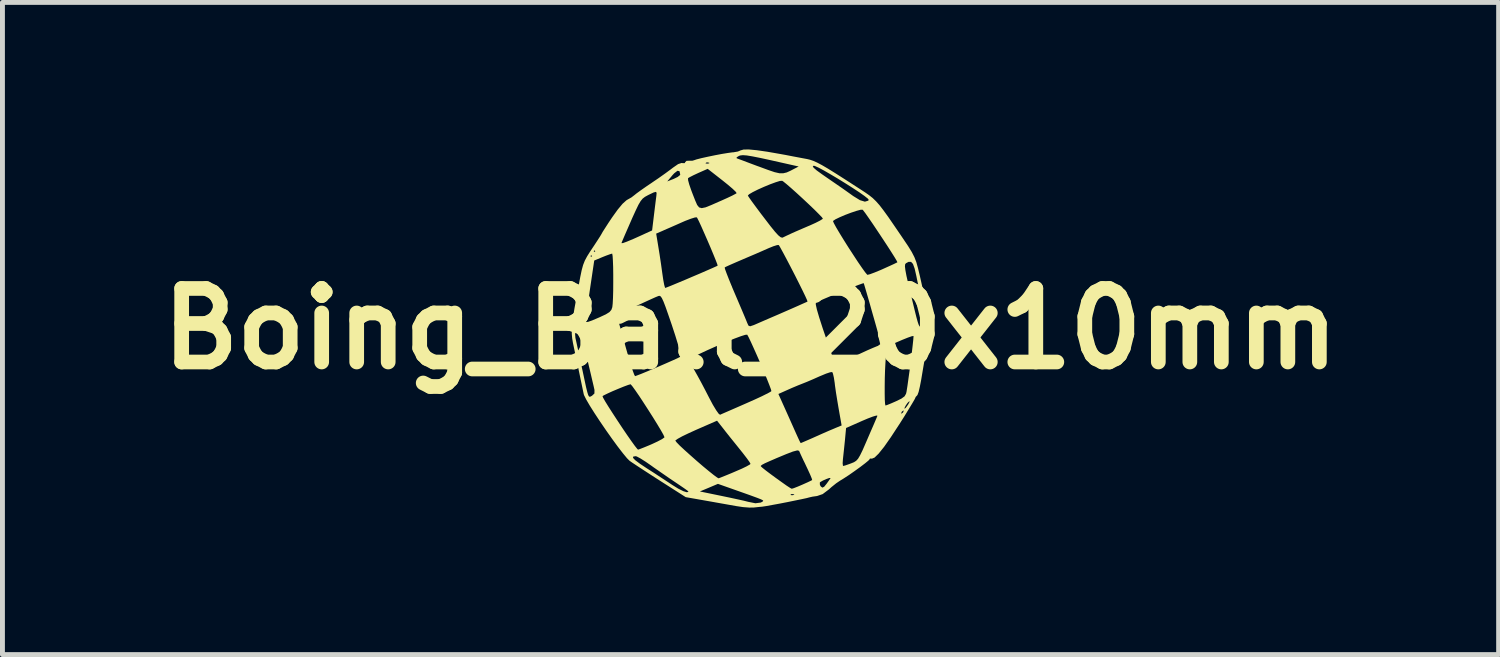
<source format=kicad_pcb>
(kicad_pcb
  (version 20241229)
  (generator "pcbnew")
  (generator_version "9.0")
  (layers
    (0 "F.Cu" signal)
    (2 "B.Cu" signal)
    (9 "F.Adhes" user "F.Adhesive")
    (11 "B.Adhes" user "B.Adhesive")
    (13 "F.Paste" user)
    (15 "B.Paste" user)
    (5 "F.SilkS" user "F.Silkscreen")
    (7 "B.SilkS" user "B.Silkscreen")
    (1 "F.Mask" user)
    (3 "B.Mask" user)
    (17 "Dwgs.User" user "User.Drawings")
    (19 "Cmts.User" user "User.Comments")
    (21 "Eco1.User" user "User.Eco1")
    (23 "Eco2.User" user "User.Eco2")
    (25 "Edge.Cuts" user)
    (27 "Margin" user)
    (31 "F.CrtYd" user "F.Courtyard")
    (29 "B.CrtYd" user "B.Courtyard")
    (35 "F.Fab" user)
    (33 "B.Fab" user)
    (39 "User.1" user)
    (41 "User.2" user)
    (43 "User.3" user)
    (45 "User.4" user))
  (footprint "Boing_Ball_20x10mm"
    (layer "F.Cu")
    (at 12.264 3.658)
    (property "Reference" "Boing_Ball_20x10mm" (at 0 0 0) (layer "F.SilkS") (effects (font (size 1.5 1.5) (thickness 0.3))))
    (attr board_only exclude_from_pos_files exclude_from_bom)
    (fp_poly (pts (xy 0.128 -3.643) (xy 0.343 -3.612) (xy 0.617 -3.564) (xy 0.717 -3.546) (xy 0.871 -3.516) (xy 1.025 -3.487) (xy 1.148 -3.464) (xy 1.154 -3.463) (xy 1.216 -3.448) (xy 1.283 -3.425) (xy 1.361 -3.39) (xy 1.459 -3.338) (xy 1.582 -3.266) (xy 1.738 -3.169) (xy 1.934 -3.044) (xy 2.177 -2.887) (xy 2.236 -2.849) (xy 2.337 -2.783) (xy 2.42 -2.725) (xy 2.493 -2.667) (xy 2.561 -2.601) (xy 2.633 -2.52) (xy 2.713 -2.416) (xy 2.81 -2.282) (xy 2.929 -2.109) (xy 3.078 -1.891) (xy 3.111 -1.842) (xy 3.216 -1.686) (xy 3.29 -1.566) (xy 3.343 -1.463) (xy 3.383 -1.36) (xy 3.417 -1.237) (xy 3.452 -1.092) (xy 3.487 -0.937) (xy 3.517 -0.8) (xy 3.538 -0.698) (xy 3.547 -0.65) (xy 3.563 -0.568) (xy 3.574 -0.533) (xy 3.589 -0.476) (xy 3.611 -0.376) (xy 3.632 -0.266) (xy 3.647 -0.161) (xy 3.653 -0.065) (xy 3.647 0.042) (xy 3.63 0.179) (xy 3.601 0.351) (xy 3.567 0.545) (xy 3.531 0.752) (xy 3.499 0.942) (xy 3.481 1.05) (xy 3.455 1.183) (xy 3.43 1.289) (xy 3.407 1.351) (xy 3.399 1.361) (xy 3.367 1.395) (xy 3.367 1.401) (xy 3.35 1.437) (xy 3.302 1.52) (xy 3.229 1.64) (xy 3.138 1.789) (xy 3.032 1.956) (xy 3.031 1.957) (xy 2.864 2.212) (xy 2.726 2.409) (xy 2.615 2.547) (xy 2.532 2.628) (xy 2.475 2.652) (xy 2.463 2.648) (xy 2.435 2.65) (xy 2.433 2.659) (xy 2.408 2.688) (xy 2.339 2.745) (xy 2.242 2.819) (xy 2.127 2.902) (xy 2.01 2.984) (xy 1.901 3.055) (xy 1.827 3.1) (xy 1.75 3.152) (xy 1.654 3.229) (xy 1.601 3.277) (xy 1.472 3.374) (xy 1.358 3.413) (xy 1.266 3.426) (xy 1.2 3.441) (xy 1.148 3.455) (xy 1.046 3.477) (xy 0.91 3.505) (xy 0.754 3.537) (xy 0.595 3.568) (xy 0.447 3.595) (xy 0.327 3.617) (xy 0.249 3.629) (xy 0.233 3.631) (xy 0.167 3.637) (xy 0.074 3.647) (xy 0.067 3.648) (xy -0.025 3.649) (xy -0.154 3.639) (xy -0.294 3.618) (xy -0.3 3.617) (xy -0.44 3.592) (xy -0.62 3.56) (xy -0.811 3.526) (xy -0.936 3.504) (xy -1.322 3.436) (xy -1.844 3.103) (xy -2.018 2.991) (xy -2.178 2.887) (xy -2.314 2.798) (xy -2.415 2.731) (xy -2.467 2.695) (xy -2.523 2.639) (xy -2.527 2.634) (xy -2.398 2.634) (xy -2.354 2.681) (xy -2.257 2.754) (xy -2.125 2.842) (xy -1.969 2.942) (xy -1.806 3.049) (xy -1.661 3.144) (xy -1.6 3.185) (xy -1.474 3.263) (xy -1.369 3.315) (xy -1.297 3.337) (xy -1.267 3.325) (xy -1.267 3.322) (xy -1.268 3.32) (xy -1.033 3.32) (xy -0.592 3.411) (xy -0.419 3.447) (xy -0.262 3.481) (xy -0.136 3.509) (xy -0.057 3.529) (xy -0.05 3.531) (xy 0.1 3.561) (xy 0.207 3.547) (xy 0.232 3.535) (xy 0.251 3.523) (xy 0.26 3.512) (xy 0.25 3.499) (xy 0.214 3.481) (xy 0.144 3.453) (xy 0.032 3.412) (xy -0.023 3.392) (xy 0.814 3.392) (xy 0.847 3.397) (xy 0.89 3.391) (xy 0.891 3.38) (xy 0.846 3.372) (xy 0.827 3.377) (xy 0.814 3.392) (xy -0.023 3.392) (xy -0.13 3.354) (xy -0.274 3.303) (xy -0.665 3.165) (xy -0.849 3.243) (xy -1.033 3.32) (xy -1.268 3.32) (xy -1.292 3.299) (xy -1.361 3.25) (xy -1.461 3.182) (xy -1.508 3.15) (xy -1.651 3.054) (xy -1.817 2.939) (xy -1.978 2.827) (xy -2.022 2.795) (xy -2.142 2.712) (xy -2.245 2.647) (xy -2.317 2.608) (xy -2.341 2.6) (xy -2.393 2.608) (xy -2.398 2.634) (xy -2.527 2.634) (xy -2.607 2.537) (xy -2.711 2.402) (xy -2.828 2.242) (xy -2.95 2.069) (xy -3.071 1.892) (xy -3.183 1.722) (xy -3.279 1.57) (xy -3.352 1.445) (xy -3.395 1.359) (xy -3.403 1.336) (xy -3.505 0.847) (xy -3.6 0.4) (xy -3.623 0.29) (xy -3.639 0.195) (xy -3.647 0.104) (xy -3.647 0.101) (xy -3.58 0.101) (xy -3.573 0.186) (xy -3.566 0.218) (xy -3.548 0.298) (xy -3.52 0.428) (xy -3.485 0.591) (xy -3.446 0.772) (xy -3.432 0.833) (xy -3.388 1.04) (xy -3.356 1.19) (xy -3.331 1.291) (xy -3.312 1.353) (xy -3.295 1.382) (xy -3.277 1.388) (xy -3.255 1.379) (xy -3.249 1.375) (xy -3.02 1.375) (xy -3.008 1.407) (xy -2.965 1.483) (xy -2.897 1.593) (xy -2.811 1.727) (xy -2.715 1.874) (xy -2.615 2.025) (xy -2.518 2.168) (xy -2.43 2.294) (xy -2.359 2.392) (xy -2.311 2.452) (xy -2.295 2.467) (xy -2.256 2.454) (xy -2.172 2.421) (xy -2.058 2.374) (xy -2.012 2.354) (xy -1.894 2.299) (xy -1.864 2.283) (xy -1.534 2.283) (xy -1.508 2.318) (xy -1.442 2.386) (xy -1.344 2.477) (xy -1.226 2.583) (xy -1.098 2.696) (xy -0.969 2.807) (xy -0.849 2.906) (xy -0.749 2.986) (xy -0.679 3.037) (xy -0.65 3.052) (xy -0.607 3.035) (xy -0.517 2.999) (xy -0.395 2.949) (xy -0.309 2.912) (xy -0.179 2.856) (xy -0.076 2.806) (xy -0.075 2.805) (xy 0.209 2.805) (xy 0.238 2.833) (xy 0.308 2.889) (xy 0.406 2.963) (xy 0.519 3.046) (xy 0.632 3.127) (xy 0.732 3.198) (xy 0.807 3.247) (xy 0.841 3.265) (xy 0.882 3.253) (xy 0.964 3.221) (xy 1.056 3.182) (xy 1.154 3.138) (xy 1.414 3.138) (xy 1.416 3.187) (xy 1.435 3.219) (xy 1.467 3.242) (xy 1.503 3.224) (xy 1.554 3.161) (xy 1.604 3.091) (xy 1.632 3.05) (xy 1.633 3.045) (xy 1.608 3.045) (xy 1.549 3.066) (xy 1.48 3.096) (xy 1.427 3.126) (xy 1.414 3.138) (xy 1.154 3.138) (xy 1.157 3.137) (xy 1.23 3.102) (xy 1.258 3.087) (xy 1.249 3.054) (xy 1.217 2.976) (xy 1.166 2.865) (xy 1.136 2.802) (xy 1.109 2.744) (xy 1.88 2.744) (xy 1.886 2.795) (xy 1.891 2.8) (xy 1.934 2.789) (xy 2.015 2.761) (xy 2.055 2.746) (xy 2.111 2.723) (xy 2.155 2.695) (xy 2.194 2.653) (xy 2.235 2.584) (xy 2.286 2.48) (xy 2.352 2.329) (xy 2.384 2.255) (xy 2.453 2.095) (xy 2.514 1.955) (xy 2.56 1.847) (xy 2.586 1.785) (xy 2.59 1.775) (xy 2.569 1.771) (xy 2.499 1.791) (xy 2.391 1.832) (xy 2.278 1.88) (xy 1.95 2.025) (xy 1.927 2.271) (xy 1.912 2.416) (xy 1.897 2.557) (xy 1.886 2.658) (xy 1.88 2.744) (xy 1.109 2.744) (xy 1.076 2.677) (xy 1.027 2.572) (xy 0.997 2.505) (xy 0.991 2.491) (xy 0.955 2.482) (xy 0.864 2.506) (xy 0.731 2.557) (xy 0.534 2.639) (xy 0.391 2.701) (xy 0.295 2.744) (xy 0.238 2.774) (xy 0.212 2.794) (xy 0.209 2.805) (xy -0.075 2.805) (xy -0.013 2.77) (xy -0.000336 2.757) (xy -0.02 2.72) (xy -0.073 2.646) (xy -0.149 2.547) (xy -0.192 2.493) (xy -0.301 2.357) (xy -0.418 2.212) (xy -0.518 2.086) (xy -0.533 2.066) (xy -0.683 1.876) (xy -1.111 2.063) (xy -1.265 2.133) (xy -1.394 2.195) (xy -1.486 2.246) (xy -1.531 2.278) (xy -1.534 2.283) (xy -1.864 2.283) (xy -1.805 2.252) (xy -1.759 2.219) (xy -1.756 2.212) (xy -1.777 2.164) (xy -1.827 2.075) (xy -1.899 1.955) (xy -1.986 1.814) (xy -2.082 1.663) (xy -2.179 1.513) (xy -2.27 1.374) (xy -2.35 1.258) (xy -2.41 1.175) (xy -2.444 1.135) (xy -2.448 1.133) (xy -2.495 1.146) (xy -2.584 1.179) (xy -2.697 1.225) (xy -2.816 1.275) (xy -2.921 1.323) (xy -2.996 1.36) (xy -3.02 1.375) (xy -3.249 1.375) (xy -3.234 1.367) (xy -3.185 1.321) (xy -3.184 1.246) (xy -3.186 1.24) (xy -3.2 1.176) (xy -3.227 1.061) (xy -3.262 0.911) (xy -3.303 0.739) (xy -3.316 0.683) (xy -3.358 0.508) (xy -3.396 0.349) (xy -3.426 0.221) (xy -3.445 0.139) (xy -3.448 0.125) (xy -3.473 0.052) (xy -3.512 0.038) (xy -3.557 0.06) (xy -3.58 0.101) (xy -3.647 0.101) (xy -3.647 0.007) (xy -3.638 -0.106) (xy -3.632 -0.152) (xy -3.367 -0.152) (xy -3.355 -0.136) (xy -3.314 -0.141) (xy -3.233 -0.169) (xy -3.104 -0.224) (xy -3.074 -0.237) (xy -3.038 -0.254) (xy -2.724 -0.254) (xy -2.711 -0.211) (xy -2.684 -0.115) (xy -2.645 0.024) (xy -2.597 0.194) (xy -2.547 0.375) (xy -2.494 0.562) (xy -2.445 0.725) (xy -2.404 0.853) (xy -2.373 0.937) (xy -2.356 0.967) (xy -2.318 0.954) (xy -2.229 0.92) (xy -2.103 0.868) (xy -1.951 0.805) (xy -1.89 0.778) (xy -1.731 0.709) (xy -1.593 0.648) (xy -1.586 0.645) (xy -1.24 0.645) (xy -1.24 0.651) (xy -1.218 0.707) (xy -1.172 0.797) (xy -1.133 0.867) (xy -1.079 0.963) (xy -1.005 1.099) (xy -0.922 1.257) (xy -0.848 1.401) (xy -0.769 1.55) (xy -0.7 1.664) (xy -0.649 1.735) (xy -0.621 1.755) (xy -0.579 1.736) (xy -0.487 1.696) (xy -0.356 1.639) (xy -0.198 1.57) (xy -0.084 1.52) (xy 0.085 1.445) (xy 0.23 1.378) (xy 0.324 1.331) (xy 0.569 1.331) (xy 0.738 1.707) (xy 0.809 1.866) (xy 0.875 2.014) (xy 0.929 2.135) (xy 0.962 2.208) (xy 0.998 2.286) (xy 1.021 2.329) (xy 1.025 2.333) (xy 1.057 2.32) (xy 1.136 2.286) (xy 1.249 2.237) (xy 1.325 2.203) (xy 1.468 2.139) (xy 1.603 2.08) (xy 1.708 2.036) (xy 1.738 2.023) (xy 1.859 1.973) (xy 1.816 1.731) (xy 3.075 1.731) (xy 3.079 1.733) (xy 3.11 1.71) (xy 3.117 1.7) (xy 3.125 1.669) (xy 3.121 1.667) (xy 3.09 1.69) (xy 3.083 1.7) (xy 3.075 1.731) (xy 1.816 1.731) (xy 1.801 1.645) (xy 1.796 1.617) (xy 3.142 1.617) (xy 3.145 1.633) (xy 3.171 1.609) (xy 3.214 1.549) (xy 3.216 1.546) (xy 3.245 1.493) (xy 3.241 1.479) (xy 3.237 1.481) (xy 3.201 1.517) (xy 3.165 1.57) (xy 3.142 1.617) (xy 1.796 1.617) (xy 1.772 1.475) (xy 1.748 1.327) (xy 2.738 1.327) (xy 2.74 1.451) (xy 2.746 1.535) (xy 2.754 1.567) (xy 2.754 1.567) (xy 2.793 1.554) (xy 2.874 1.521) (xy 2.97 1.479) (xy 3.08 1.425) (xy 3.143 1.379) (xy 3.173 1.327) (xy 3.183 1.287) (xy 3.203 1.159) (xy 3.225 1.002) (xy 3.249 0.829) (xy 3.272 0.652) (xy 3.292 0.484) (xy 3.309 0.337) (xy 3.321 0.225) (xy 3.326 0.159) (xy 3.325 0.147) (xy 3.29 0.153) (xy 3.21 0.181) (xy 3.098 0.226) (xy 3.047 0.248) (xy 2.783 0.362) (xy 2.762 0.573) (xy 2.753 0.697) (xy 2.745 0.847) (xy 2.74 1.011) (xy 2.738 1.176) (xy 2.738 1.327) (xy 1.748 1.327) (xy 1.744 1.302) (xy 1.723 1.155) (xy 1.718 1.108) (xy 1.701 0.997) (xy 1.682 0.915) (xy 1.667 0.883) (xy 1.625 0.888) (xy 1.541 0.916) (xy 1.431 0.962) (xy 1.411 0.97) (xy 1.281 1.028) (xy 1.157 1.081) (xy 1.067 1.117) (xy 1.067 1.117) (xy 0.971 1.155) (xy 0.847 1.207) (xy 0.759 1.246) (xy 0.569 1.331) (xy 0.324 1.331) (xy 0.342 1.323) (xy 0.41 1.285) (xy 0.426 1.272) (xy 0.416 1.234) (xy 0.384 1.148) (xy 0.335 1.024) (xy 0.273 0.875) (xy 0.205 0.713) (xy 0.134 0.55) (xy 0.066 0.398) (xy 0.007 0.268) (xy -0.039 0.172) (xy -0.066 0.123) (xy -0.068 0.121) (xy -0.106 0.124) (xy -0.196 0.152) (xy -0.328 0.201) (xy -0.493 0.268) (xy -0.673 0.345) (xy -0.888 0.441) (xy -1.048 0.516) (xy -1.155 0.573) (xy -1.218 0.615) (xy -1.24 0.645) (xy -1.586 0.645) (xy -1.489 0.601) (xy -1.431 0.571) (xy -1.423 0.566) (xy -1.425 0.529) (xy -1.446 0.439) (xy -1.484 0.306) (xy -1.535 0.139) (xy -1.597 -0.05) (xy -1.605 -0.075) (xy -1.678 -0.287) (xy -1.733 -0.444) (xy -1.775 -0.553) (xy -1.807 -0.622) (xy -1.832 -0.659) (xy -1.856 -0.672) (xy -1.88 -0.668) (xy -1.882 -0.667) (xy -1.943 -0.642) (xy -2.045 -0.596) (xy -2.17 -0.539) (xy -2.217 -0.517) (xy -2.356 -0.454) (xy -2.489 -0.394) (xy -2.591 -0.35) (xy -2.61 -0.342) (xy -2.686 -0.303) (xy -2.723 -0.264) (xy -2.724 -0.254) (xy -3.038 -0.254) (xy -2.952 -0.294) (xy -2.878 -0.34) (xy -2.839 -0.386) (xy -2.82 -0.441) (xy -2.812 -0.514) (xy -2.806 -0.629) (xy -2.802 -0.775) (xy -2.801 -0.938) (xy -2.801 -1.103) (xy -2.803 -1.259) (xy -2.808 -1.391) (xy -2.814 -1.486) (xy -2.822 -1.531) (xy -2.824 -1.533) (xy -2.866 -1.521) (xy -2.949 -1.491) (xy -3.019 -1.463) (xy -3.189 -1.392) (xy -3.244 -1.021) (xy -3.281 -0.772) (xy -3.312 -0.554) (xy -3.337 -0.376) (xy -3.356 -0.245) (xy -3.365 -0.168) (xy -3.367 -0.152) (xy -3.632 -0.152) (xy -3.62 -0.246) (xy -3.591 -0.422) (xy -3.55 -0.646) (xy -3.509 -0.867) (xy -3.474 -1.056) (xy -3.445 -1.195) (xy -3.416 -1.301) (xy -3.381 -1.39) (xy -3.334 -1.478) (xy -3.331 -1.483) (xy -3.267 -1.483) (xy -3.25 -1.467) (xy -3.233 -1.483) (xy -3.25 -1.5) (xy -3.267 -1.483) (xy -3.331 -1.483) (xy -3.27 -1.58) (xy -3.268 -1.583) (xy -3.2 -1.583) (xy -3.183 -1.567) (xy -3.167 -1.583) (xy -3.183 -1.6) (xy -3.2 -1.583) (xy -3.268 -1.583) (xy -3.195 -1.692) (xy -3.159 -1.747) (xy -2.633 -1.747) (xy -2.604 -1.748) (xy -2.521 -1.778) (xy -2.387 -1.834) (xy -2.229 -1.905) (xy -2.151 -1.941) (xy -1.925 -1.941) (xy -1.882 -1.679) (xy -1.855 -1.512) (xy -1.826 -1.319) (xy -1.801 -1.139) (xy -1.799 -1.125) (xy -1.78 -0.995) (xy -1.761 -0.895) (xy -1.745 -0.84) (xy -1.74 -0.833) (xy -1.704 -0.846) (xy -1.618 -0.88) (xy -1.491 -0.933) (xy -1.335 -0.998) (xy -1.202 -1.055) (xy -1.03 -1.128) (xy -0.881 -1.193) (xy -0.764 -1.244) (xy -0.749 -1.251) (xy -0.527 -1.251) (xy -0.52 -1.217) (xy -0.489 -1.132) (xy -0.44 -1.007) (xy -0.377 -0.852) (xy -0.323 -0.725) (xy -0.247 -0.547) (xy -0.178 -0.385) (xy -0.121 -0.25) (xy -0.082 -0.156) (xy -0.069 -0.123) (xy -0.042 -0.064) (xy -0.008 -0.05) (xy 0.058 -0.072) (xy 0.074 -0.078) (xy 0.143 -0.108) (xy 0.258 -0.158) (xy 0.408 -0.223) (xy 0.578 -0.296) (xy 0.667 -0.335) (xy 0.832 -0.407) (xy 0.975 -0.47) (xy 1.028 -0.494) (xy 1.332 -0.494) (xy 1.354 -0.393) (xy 1.401 -0.232) (xy 1.472 -0.012) (xy 1.567 0.266) (xy 1.684 0.602) (xy 1.716 0.691) (xy 1.729 0.707) (xy 1.756 0.709) (xy 1.808 0.696) (xy 1.892 0.664) (xy 2.017 0.609) (xy 2.191 0.529) (xy 2.254 0.5) (xy 2.384 0.44) (xy 2.499 0.39) (xy 2.579 0.357) (xy 2.597 0.351) (xy 2.652 0.312) (xy 2.654 0.272) (xy 2.595 0.06) (xy 2.535 -0.153) (xy 2.476 -0.359) (xy 2.423 -0.548) (xy 2.376 -0.709) (xy 2.34 -0.832) (xy 2.317 -0.909) (xy 2.31 -0.93) (xy 2.279 -0.922) (xy 2.199 -0.893) (xy 2.083 -0.848) (xy 1.943 -0.793) (xy 1.794 -0.732) (xy 1.646 -0.671) (xy 1.513 -0.615) (xy 1.408 -0.569) (xy 1.343 -0.539) (xy 1.333 -0.533) (xy 1.332 -0.494) (xy 1.028 -0.494) (xy 1.084 -0.519) (xy 1.15 -0.548) (xy 1.163 -0.555) (xy 1.153 -0.586) (xy 1.117 -0.666) (xy 1.061 -0.782) (xy 0.99 -0.925) (xy 0.91 -1.084) (xy 0.826 -1.247) (xy 0.744 -1.404) (xy 0.669 -1.545) (xy 0.607 -1.658) (xy 0.578 -1.707) (xy 0.543 -1.707) (xy 0.466 -1.683) (xy 0.374 -1.646) (xy 0.261 -1.596) (xy 0.11 -1.53) (xy -0.057 -1.459) (xy -0.164 -1.413) (xy -0.304 -1.353) (xy -0.42 -1.302) (xy -0.499 -1.266) (xy -0.527 -1.251) (xy -0.749 -1.251) (xy -0.691 -1.277) (xy -0.671 -1.287) (xy -0.679 -1.319) (xy -0.71 -1.399) (xy -0.757 -1.515) (xy -0.815 -1.654) (xy -0.879 -1.803) (xy -0.944 -1.951) (xy -1.003 -2.085) (xy -1.052 -2.191) (xy -1.086 -2.258) (xy -1.095 -2.273) (xy -1.133 -2.271) (xy -1.217 -2.245) (xy -1.33 -2.202) (xy -1.383 -2.179) (xy -1.525 -2.116) (xy -1.662 -2.056) (xy -1.77 -2.009) (xy -1.787 -2.001) (xy -1.925 -1.941) (xy -2.151 -1.941) (xy -2.008 -2.006) (xy -1.969 -2.328) (xy -1.951 -2.476) (xy -1.935 -2.605) (xy -1.923 -2.698) (xy -1.92 -2.725) (xy -1.916 -2.774) (xy -1.931 -2.793) (xy -1.977 -2.781) (xy -2.067 -2.738) (xy -2.095 -2.724) (xy -2.153 -2.692) (xy -2.2 -2.656) (xy -2.242 -2.605) (xy -2.287 -2.529) (xy -2.342 -2.415) (xy -2.415 -2.255) (xy -2.437 -2.204) (xy -2.506 -2.046) (xy -2.565 -1.911) (xy -2.608 -1.81) (xy -2.631 -1.754) (xy -2.633 -1.747) (xy -3.159 -1.747) (xy -3.123 -1.802) (xy -3.067 -1.889) (xy -3.037 -1.94) (xy -3.033 -1.947) (xy -3.016 -1.978) (xy -2.968 -2.053) (xy -2.899 -2.16) (xy -2.824 -2.272) (xy -2.71 -2.431) (xy -2.611 -2.55) (xy -2.533 -2.62) (xy -2.516 -2.631) (xy -2.431 -2.679) (xy -2.371 -2.725) (xy -2.325 -2.762) (xy -2.237 -2.826) (xy -2.121 -2.907) (xy -2.02 -2.975) (xy -1.975 -3.006) (xy -1.699 -3.006) (xy -1.566 -3.058) (xy -1.538 -3.072) (xy -1.275 -3.072) (xy -1.274 -3.032) (xy -1.251 -2.946) (xy -1.21 -2.827) (xy -1.177 -2.74) (xy -1.127 -2.613) (xy -1.089 -2.526) (xy -1.049 -2.476) (xy -0.996 -2.461) (xy -0.918 -2.477) (xy -0.803 -2.523) (xy -0.64 -2.595) (xy -0.607 -2.609) (xy -0.476 -2.668) (xy -0.372 -2.717) (xy -0.055 -2.717) (xy -0.054 -2.716) (xy -0.03 -2.679) (xy 0.027 -2.598) (xy 0.111 -2.484) (xy 0.213 -2.347) (xy 0.282 -2.257) (xy 0.407 -2.094) (xy 0.5 -1.979) (xy 0.567 -1.906) (xy 0.614 -1.868) (xy 0.647 -1.858) (xy 0.66 -1.862) (xy 0.728 -1.895) (xy 0.82 -1.938) (xy 0.833 -1.944) (xy 0.92 -1.983) (xy 1.045 -2.037) (xy 1.182 -2.096) (xy 1.209 -2.107) (xy 1.328 -2.161) (xy 1.397 -2.196) (xy 1.683 -2.196) (xy 1.701 -2.153) (xy 1.748 -2.067) (xy 1.818 -1.949) (xy 1.904 -1.809) (xy 1.999 -1.658) (xy 2.098 -1.506) (xy 2.191 -1.364) (xy 2.274 -1.243) (xy 2.339 -1.153) (xy 2.379 -1.105) (xy 2.387 -1.1) (xy 2.438 -1.113) (xy 2.532 -1.148) (xy 2.654 -1.198) (xy 2.71 -1.223) (xy 2.816 -1.271) (xy 3.151 -1.271) (xy 3.16 -1.196) (xy 3.182 -1.079) (xy 3.22 -0.913) (xy 3.248 -0.795) (xy 3.307 -0.552) (xy 3.352 -0.367) (xy 3.386 -0.231) (xy 3.412 -0.138) (xy 3.432 -0.08) (xy 3.449 -0.05) (xy 3.465 -0.04) (xy 3.483 -0.043) (xy 3.506 -0.051) (xy 3.51 -0.052) (xy 3.571 -0.073) (xy 3.593 -0.083) (xy 3.59 -0.117) (xy 3.574 -0.202) (xy 3.548 -0.324) (xy 3.523 -0.437) (xy 3.481 -0.623) (xy 3.436 -0.826) (xy 3.397 -1.01) (xy 3.384 -1.075) (xy 3.349 -1.228) (xy 3.315 -1.322) (xy 3.276 -1.365) (xy 3.225 -1.365) (xy 3.171 -1.336) (xy 3.155 -1.315) (xy 3.151 -1.271) (xy 2.816 -1.271) (xy 2.832 -1.278) (xy 2.93 -1.323) (xy 2.987 -1.351) (xy 2.997 -1.356) (xy 2.984 -1.385) (xy 2.94 -1.459) (xy 2.872 -1.567) (xy 2.787 -1.699) (xy 2.691 -1.845) (xy 2.592 -1.994) (xy 2.497 -2.136) (xy 2.411 -2.261) (xy 2.343 -2.358) (xy 2.298 -2.417) (xy 2.287 -2.429) (xy 2.246 -2.428) (xy 2.162 -2.405) (xy 2.051 -2.368) (xy 1.932 -2.323) (xy 1.82 -2.275) (xy 1.733 -2.233) (xy 1.687 -2.202) (xy 1.683 -2.196) (xy 1.397 -2.196) (xy 1.42 -2.208) (xy 1.471 -2.24) (xy 1.476 -2.247) (xy 1.455 -2.277) (xy 1.393 -2.341) (xy 1.302 -2.432) (xy 1.19 -2.539) (xy 1.067 -2.654) (xy 0.944 -2.767) (xy 0.83 -2.869) (xy 0.734 -2.952) (xy 0.668 -3.005) (xy 0.646 -3.019) (xy 0.6 -3.016) (xy 0.513 -2.989) (xy 0.399 -2.947) (xy 0.273 -2.895) (xy 0.15 -2.84) (xy 0.044 -2.787) (xy -0.029 -2.744) (xy -0.055 -2.717) (xy -0.372 -2.717) (xy -0.369 -2.719) (xy -0.301 -2.755) (xy -0.283 -2.767) (xy -0.302 -2.795) (xy -0.364 -2.855) (xy -0.46 -2.937) (xy -0.571 -3.026) (xy -0.874 -3.263) (xy -1.062 -3.18) (xy -1.165 -3.132) (xy -1.243 -3.092) (xy -1.275 -3.072) (xy -1.538 -3.072) (xy -1.485 -3.098) (xy -1.438 -3.136) (xy -1.434 -3.147) (xy -1.449 -3.215) (xy -1.491 -3.223) (xy -1.558 -3.171) (xy -1.592 -3.134) (xy -1.699 -3.006) (xy -1.975 -3.006) (xy -1.879 -3.071) (xy -1.742 -3.168) (xy -1.629 -3.251) (xy -1.579 -3.289) (xy -1.478 -3.359) (xy -1.43 -3.375) (xy -0.919 -3.375) (xy -0.886 -3.369) (xy -0.843 -3.375) (xy -0.842 -3.387) (xy -0.887 -3.395) (xy -0.906 -3.389) (xy -0.919 -3.375) (xy -1.43 -3.375) (xy -1.404 -3.383) (xy -1.388 -3.38) (xy -1.342 -3.38) (xy -1.333 -3.399) (xy -1.306 -3.426) (xy -1.258 -3.428) (xy -1.184 -3.429) (xy -1.15 -3.439) (xy -1.1 -3.456) (xy -1.01 -3.479) (xy -0.283 -3.479) (xy -0.241 -3.463) (xy -0.149 -3.429) (xy -0.02 -3.38) (xy 0.135 -3.322) (xy 0.183 -3.305) (xy 0.362 -3.239) (xy 0.492 -3.195) (xy 0.589 -3.173) (xy 0.666 -3.172) (xy 0.738 -3.189) (xy 0.818 -3.225) (xy 0.875 -3.255) (xy 0.983 -3.311) (xy 0.968 -3.314) (xy 1.27 -3.314) (xy 1.289 -3.284) (xy 1.35 -3.231) (xy 1.459 -3.152) (xy 1.567 -3.077) (xy 1.721 -2.971) (xy 1.875 -2.865) (xy 2.009 -2.77) (xy 2.097 -2.707) (xy 2.232 -2.624) (xy 2.334 -2.593) (xy 2.401 -2.613) (xy 2.413 -2.629) (xy 2.393 -2.656) (xy 2.325 -2.71) (xy 2.22 -2.784) (xy 2.088 -2.871) (xy 1.94 -2.965) (xy 1.785 -3.061) (xy 1.635 -3.15) (xy 1.5 -3.228) (xy 1.389 -3.287) (xy 1.314 -3.321) (xy 1.289 -3.327) (xy 1.27 -3.314) (xy 0.968 -3.314) (xy 0.417 -3.438) (xy 0.201 -3.485) (xy 0.04 -3.517) (xy -0.075 -3.536) (xy -0.155 -3.542) (xy -0.209 -3.536) (xy -0.233 -3.528) (xy -0.283 -3.498) (xy -0.283 -3.479) (xy -1.01 -3.479) (xy -1.002 -3.481) (xy -0.871 -3.51) (xy -0.726 -3.54) (xy -0.583 -3.567) (xy -0.46 -3.587) (xy -0.373 -3.599) (xy -0.351 -3.6) (xy -0.258 -3.616) (xy -0.201 -3.64) (xy -0.14 -3.657) (xy -0.032 -3.658)) (stroke (width 0) (type solid)) (fill yes) (layer "F.SilkS")))
  (gr_rect
    (start -3 -3)
    (end 27.529 10.307)
    (stroke (width 0.1) (type default))
    (fill no)
    (layer "Edge.Cuts")))
</source>
